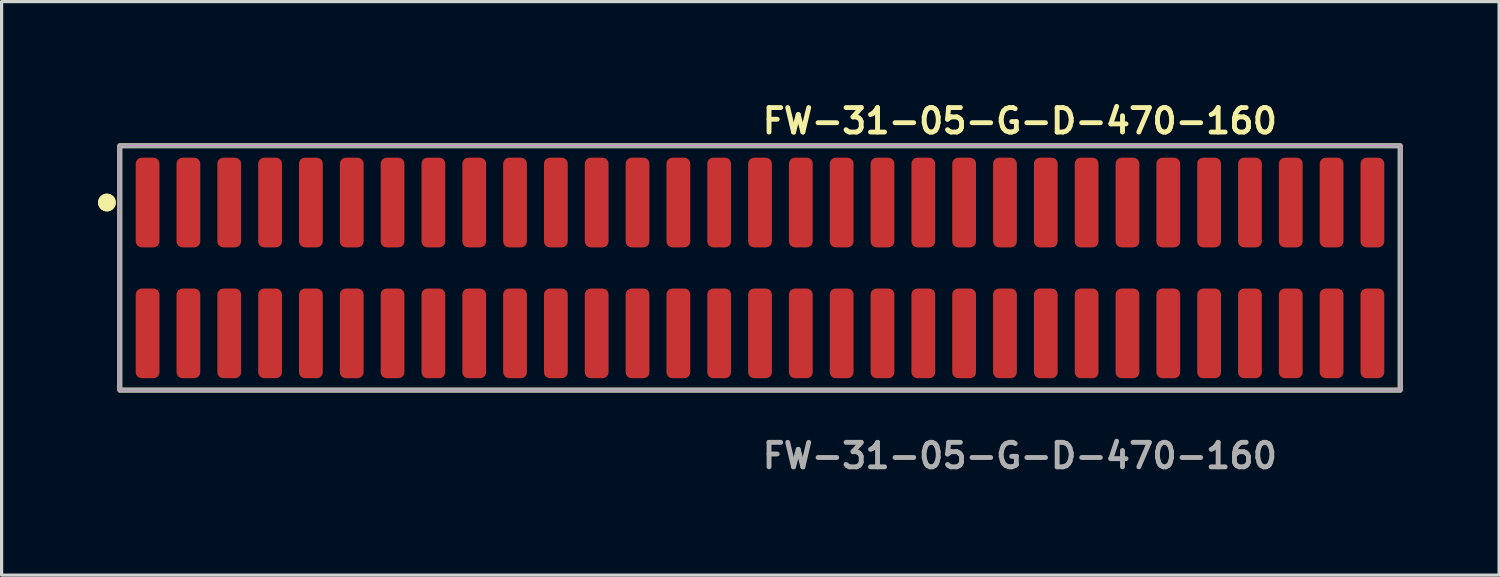
<source format=kicad_pcb>
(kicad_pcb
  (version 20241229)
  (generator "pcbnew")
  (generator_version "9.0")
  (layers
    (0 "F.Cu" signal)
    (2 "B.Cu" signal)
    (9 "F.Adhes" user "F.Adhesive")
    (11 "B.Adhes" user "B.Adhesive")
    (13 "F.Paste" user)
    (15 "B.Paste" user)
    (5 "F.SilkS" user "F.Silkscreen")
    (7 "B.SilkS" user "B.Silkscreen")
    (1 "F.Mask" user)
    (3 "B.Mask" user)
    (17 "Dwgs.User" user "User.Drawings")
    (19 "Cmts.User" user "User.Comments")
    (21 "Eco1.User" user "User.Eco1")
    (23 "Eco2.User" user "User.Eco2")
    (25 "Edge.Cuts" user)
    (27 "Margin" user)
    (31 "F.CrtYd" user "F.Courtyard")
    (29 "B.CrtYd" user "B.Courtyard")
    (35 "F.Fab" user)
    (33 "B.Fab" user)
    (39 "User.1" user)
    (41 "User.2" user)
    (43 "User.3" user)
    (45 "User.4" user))
  (footprint "FW-31-05-G-D-470-160"
    (layer "F.Cu")
    (at 20.591 5.285)
    (property "Reference" "FW-31-05-G-D-470-160" (at 0 -4.572 0) (unlocked yes) (layer "F.SilkS") (effects (font (size 0.762 0.762) (thickness 0.152)) (justify left)))
    (fp_rect (start -19.915 3.8) (end 19.915 -3.8) (stroke (width 0.152) (type solid)) (fill no) (layer "F.SilkS"))
    (fp_circle (center -20.315 -2.035) (end -20.515 -2.035) (stroke (width 0.152) (type solid)) (fill yes) (layer "F.SilkS"))
    (fp_circle (center -20.315 -2.035) (end -20.515 -2.035) (stroke (width 0.152) (type solid)) (fill yes) (layer "F.SilkS"))
    (fp_rect (start -19.915 3.8) (end 19.915 -3.8) (stroke (width 0.006) (type solid)) (fill no) (layer "F.CrtYd"))
    (fp_rect (start -19.915 3.8) (end 19.915 -3.8) (stroke (width 0.152) (type solid)) (fill no) (layer "F.Fab"))
    (fp_text user "${REFERENCE}" (at 0 5.842 0) (unlocked yes) (layer "F.Fab") (effects (font (size 0.762 0.762) (thickness 0.152)) (justify left)))
    (pad "1" smd roundrect (at -19.05 -2.035) (size 0.74 2.79) (layers "F.Cu" "F.Paste") (roundrect_rratio 0.25))
    (pad "2" smd roundrect (at -19.05 2.035) (size 0.74 2.79) (layers "F.Cu" "F.Paste") (roundrect_rratio 0.25))
    (pad "3" smd roundrect (at -17.78 -2.035) (size 0.74 2.79) (layers "F.Cu" "F.Paste") (roundrect_rratio 0.25))
    (pad "4" smd roundrect (at -17.78 2.035) (size 0.74 2.79) (layers "F.Cu" "F.Paste") (roundrect_rratio 0.25))
    (pad "5" smd roundrect (at -16.51 -2.035) (size 0.74 2.79) (layers "F.Cu" "F.Paste") (roundrect_rratio 0.25))
    (pad "6" smd roundrect (at -16.51 2.035) (size 0.74 2.79) (layers "F.Cu" "F.Paste") (roundrect_rratio 0.25))
    (pad "7" smd roundrect (at -15.24 -2.035) (size 0.74 2.79) (layers "F.Cu" "F.Paste") (roundrect_rratio 0.25))
    (pad "8" smd roundrect (at -15.24 2.035) (size 0.74 2.79) (layers "F.Cu" "F.Paste") (roundrect_rratio 0.25))
    (pad "9" smd roundrect (at -13.97 -2.035) (size 0.74 2.79) (layers "F.Cu" "F.Paste") (roundrect_rratio 0.25))
    (pad "10" smd roundrect (at -13.97 2.035) (size 0.74 2.79) (layers "F.Cu" "F.Paste") (roundrect_rratio 0.25))
    (pad "11" smd roundrect (at -12.7 -2.035) (size 0.74 2.79) (layers "F.Cu" "F.Paste") (roundrect_rratio 0.25))
    (pad "12" smd roundrect (at -12.7 2.035) (size 0.74 2.79) (layers "F.Cu" "F.Paste") (roundrect_rratio 0.25))
    (pad "13" smd roundrect (at -11.43 -2.035) (size 0.74 2.79) (layers "F.Cu" "F.Paste") (roundrect_rratio 0.25))
    (pad "14" smd roundrect (at -11.43 2.035) (size 0.74 2.79) (layers "F.Cu" "F.Paste") (roundrect_rratio 0.25))
    (pad "15" smd roundrect (at -10.16 -2.035) (size 0.74 2.79) (layers "F.Cu" "F.Paste") (roundrect_rratio 0.25))
    (pad "16" smd roundrect (at -10.16 2.035) (size 0.74 2.79) (layers "F.Cu" "F.Paste") (roundrect_rratio 0.25))
    (pad "17" smd roundrect (at -8.89 -2.035) (size 0.74 2.79) (layers "F.Cu" "F.Paste") (roundrect_rratio 0.25))
    (pad "18" smd roundrect (at -8.89 2.035) (size 0.74 2.79) (layers "F.Cu" "F.Paste") (roundrect_rratio 0.25))
    (pad "19" smd roundrect (at -7.62 -2.035) (size 0.74 2.79) (layers "F.Cu" "F.Paste") (roundrect_rratio 0.25))
    (pad "20" smd roundrect (at -7.62 2.035) (size 0.74 2.79) (layers "F.Cu" "F.Paste") (roundrect_rratio 0.25))
    (pad "21" smd roundrect (at -6.35 -2.035) (size 0.74 2.79) (layers "F.Cu" "F.Paste") (roundrect_rratio 0.25))
    (pad "22" smd roundrect (at -6.35 2.035) (size 0.74 2.79) (layers "F.Cu" "F.Paste") (roundrect_rratio 0.25))
    (pad "23" smd roundrect (at -5.08 -2.035) (size 0.74 2.79) (layers "F.Cu" "F.Paste") (roundrect_rratio 0.25))
    (pad "24" smd roundrect (at -5.08 2.035) (size 0.74 2.79) (layers "F.Cu" "F.Paste") (roundrect_rratio 0.25))
    (pad "25" smd roundrect (at -3.81 -2.035) (size 0.74 2.79) (layers "F.Cu" "F.Paste") (roundrect_rratio 0.25))
    (pad "26" smd roundrect (at -3.81 2.035) (size 0.74 2.79) (layers "F.Cu" "F.Paste") (roundrect_rratio 0.25))
    (pad "27" smd roundrect (at -2.54 -2.035) (size 0.74 2.79) (layers "F.Cu" "F.Paste") (roundrect_rratio 0.25))
    (pad "28" smd roundrect (at -2.54 2.035) (size 0.74 2.79) (layers "F.Cu" "F.Paste") (roundrect_rratio 0.25))
    (pad "29" smd roundrect (at -1.27 -2.035) (size 0.74 2.79) (layers "F.Cu" "F.Paste") (roundrect_rratio 0.25))
    (pad "30" smd roundrect (at -1.27 2.035) (size 0.74 2.79) (layers "F.Cu" "F.Paste") (roundrect_rratio 0.25))
    (pad "31" smd roundrect (at 0 -2.035) (size 0.74 2.79) (layers "F.Cu" "F.Paste") (roundrect_rratio 0.25))
    (pad "32" smd roundrect (at 0 2.035) (size 0.74 2.79) (layers "F.Cu" "F.Paste") (roundrect_rratio 0.25))
    (pad "33" smd roundrect (at 1.27 -2.035) (size 0.74 2.79) (layers "F.Cu" "F.Paste") (roundrect_rratio 0.25))
    (pad "34" smd roundrect (at 1.27 2.035) (size 0.74 2.79) (layers "F.Cu" "F.Paste") (roundrect_rratio 0.25))
    (pad "35" smd roundrect (at 2.54 -2.035) (size 0.74 2.79) (layers "F.Cu" "F.Paste") (roundrect_rratio 0.25))
    (pad "36" smd roundrect (at 2.54 2.035) (size 0.74 2.79) (layers "F.Cu" "F.Paste") (roundrect_rratio 0.25))
    (pad "37" smd roundrect (at 3.81 -2.035) (size 0.74 2.79) (layers "F.Cu" "F.Paste") (roundrect_rratio 0.25))
    (pad "38" smd roundrect (at 3.81 2.035) (size 0.74 2.79) (layers "F.Cu" "F.Paste") (roundrect_rratio 0.25))
    (pad "39" smd roundrect (at 5.08 -2.035) (size 0.74 2.79) (layers "F.Cu" "F.Paste") (roundrect_rratio 0.25))
    (pad "40" smd roundrect (at 5.08 2.035) (size 0.74 2.79) (layers "F.Cu" "F.Paste") (roundrect_rratio 0.25))
    (pad "41" smd roundrect (at 6.35 -2.035) (size 0.74 2.79) (layers "F.Cu" "F.Paste") (roundrect_rratio 0.25))
    (pad "42" smd roundrect (at 6.35 2.035) (size 0.74 2.79) (layers "F.Cu" "F.Paste") (roundrect_rratio 0.25))
    (pad "43" smd roundrect (at 7.62 -2.035) (size 0.74 2.79) (layers "F.Cu" "F.Paste") (roundrect_rratio 0.25))
    (pad "44" smd roundrect (at 7.62 2.035) (size 0.74 2.79) (layers "F.Cu" "F.Paste") (roundrect_rratio 0.25))
    (pad "45" smd roundrect (at 8.89 -2.035) (size 0.74 2.79) (layers "F.Cu" "F.Paste") (roundrect_rratio 0.25))
    (pad "46" smd roundrect (at 8.89 2.035) (size 0.74 2.79) (layers "F.Cu" "F.Paste") (roundrect_rratio 0.25))
    (pad "47" smd roundrect (at 10.16 -2.035) (size 0.74 2.79) (layers "F.Cu" "F.Paste") (roundrect_rratio 0.25))
    (pad "48" smd roundrect (at 10.16 2.035) (size 0.74 2.79) (layers "F.Cu" "F.Paste") (roundrect_rratio 0.25))
    (pad "49" smd roundrect (at 11.43 -2.035) (size 0.74 2.79) (layers "F.Cu" "F.Paste") (roundrect_rratio 0.25))
    (pad "50" smd roundrect (at 11.43 2.035) (size 0.74 2.79) (layers "F.Cu" "F.Paste") (roundrect_rratio 0.25))
    (pad "51" smd roundrect (at 12.7 -2.035) (size 0.74 2.79) (layers "F.Cu" "F.Paste") (roundrect_rratio 0.25))
    (pad "52" smd roundrect (at 12.7 2.035) (size 0.74 2.79) (layers "F.Cu" "F.Paste") (roundrect_rratio 0.25))
    (pad "53" smd roundrect (at 13.97 -2.035) (size 0.74 2.79) (layers "F.Cu" "F.Paste") (roundrect_rratio 0.25))
    (pad "54" smd roundrect (at 13.97 2.035) (size 0.74 2.79) (layers "F.Cu" "F.Paste") (roundrect_rratio 0.25))
    (pad "55" smd roundrect (at 15.24 -2.035) (size 0.74 2.79) (layers "F.Cu" "F.Paste") (roundrect_rratio 0.25))
    (pad "56" smd roundrect (at 15.24 2.035) (size 0.74 2.79) (layers "F.Cu" "F.Paste") (roundrect_rratio 0.25))
    (pad "57" smd roundrect (at 16.51 -2.035) (size 0.74 2.79) (layers "F.Cu" "F.Paste") (roundrect_rratio 0.25))
    (pad "58" smd roundrect (at 16.51 2.035) (size 0.74 2.79) (layers "F.Cu" "F.Paste") (roundrect_rratio 0.25))
    (pad "59" smd roundrect (at 17.78 -2.035) (size 0.74 2.79) (layers "F.Cu" "F.Paste") (roundrect_rratio 0.25))
    (pad "60" smd roundrect (at 17.78 2.035) (size 0.74 2.79) (layers "F.Cu" "F.Paste") (roundrect_rratio 0.25))
    (pad "61" smd roundrect (at 19.05 -2.035) (size 0.74 2.79) (layers "F.Cu" "F.Paste") (roundrect_rratio 0.25))
    (pad "62" smd roundrect (at 19.05 2.035) (size 0.74 2.79) (layers "F.Cu" "F.Paste") (roundrect_rratio 0.25)))
  (gr_rect
    (start -3 -3)
    (end 43.582 14.84)
    (stroke (width 0.1) (type default))
    (fill no)
    (layer "Edge.Cuts")))
</source>
